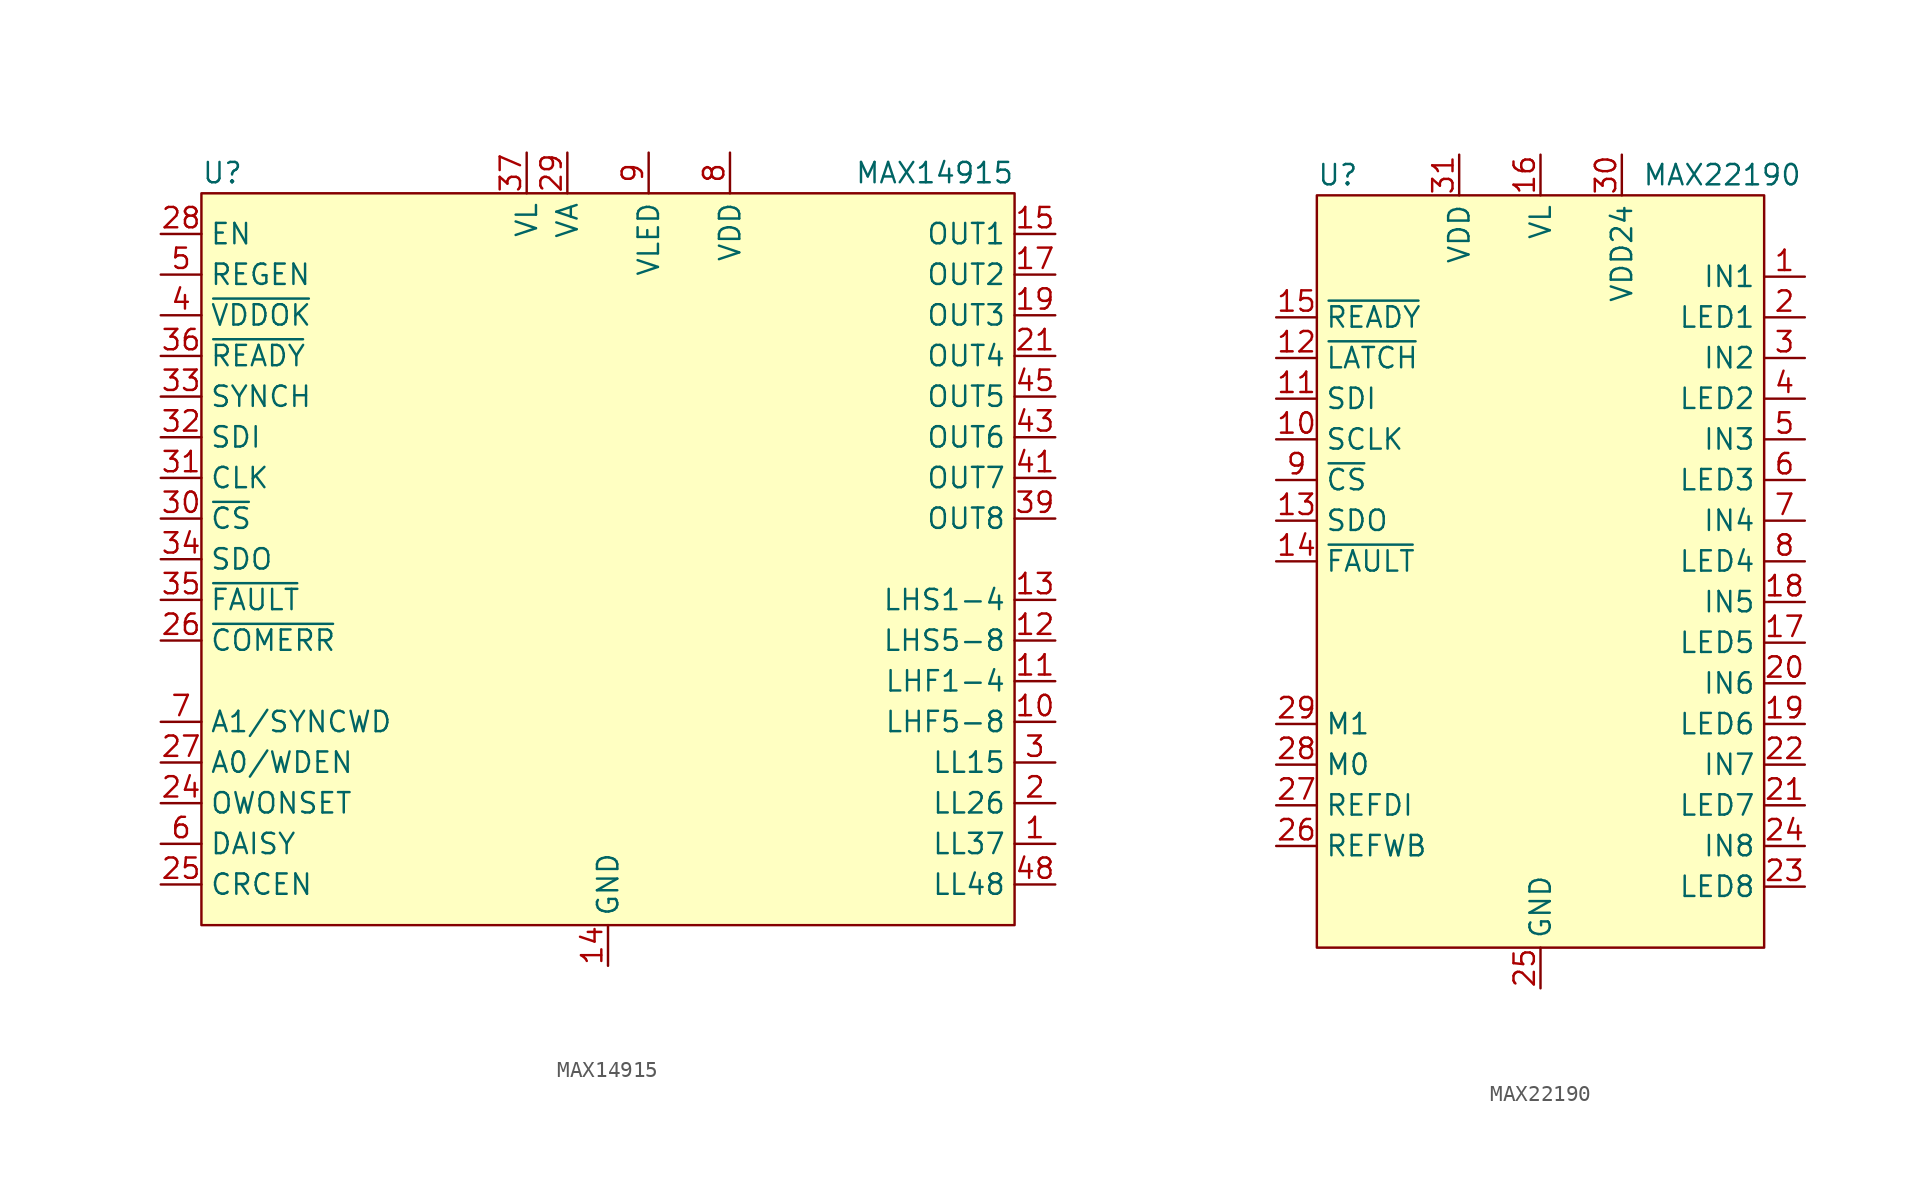
<source format=kicad_sym>
(kicad_symbol_lib
  (version 20211014)
  (generator kicad_symbol_editor)
  (symbol "MAX14915"
    (property "Reference" "U"
      (at -25.4 24.13 0)
      (effects (font (size 1.27 1.27)) (justify left)))
    (property "Value" "MAX14915"
      (at 25.4 24.13 0)
      (effects (font (size 1.27 1.27)) (justify right)))
    (symbol "MAX14915_0_1"
      (rectangle (start -25.4 22.86) (end 25.4 -22.86) (stroke (width 0) (type default) (color 0 0 0 0)) (fill (type background))))
    (symbol "MAX14915_1_1"
      (pin open_collector line (at 27.94 -17.78 180) (length 2.54) (name "LL37" (effects (font (size 1.27 1.27)))) (number "1" (effects (font (size 1.27 1.27)))))
      (pin open_collector line (at 27.94 -10.16 180) (length 2.54) (name "LHF5-8" (effects (font (size 1.27 1.27)))) (number "10" (effects (font (size 1.27 1.27)))))
      (pin open_collector line (at 27.94 -7.62 180) (length 2.54) (name "LHF1-4" (effects (font (size 1.27 1.27)))) (number "11" (effects (font (size 1.27 1.27)))))
      (pin open_collector line (at 27.94 -5.08 180) (length 2.54) (name "LHS5-8" (effects (font (size 1.27 1.27)))) (number "12" (effects (font (size 1.27 1.27)))))
      (pin open_collector line (at 27.94 -2.54 180) (length 2.54) (name "LHS1-4" (effects (font (size 1.27 1.27)))) (number "13" (effects (font (size 1.27 1.27)))))
      (pin power_in line (at 0 -25.4 90) (length 2.54) (name "GND" (effects (font (size 1.27 1.27)))) (number "14" (effects (font (size 1.27 1.27)))))
      (pin open_emitter line (at 27.94 20.32 180) (length 2.54) (name "OUT1" (effects (font (size 1.27 1.27)))) (number "15" (effects (font (size 1.27 1.27)))))
      (pin open_emitter line (at 27.94 20.32 180) (length 2.54) hide (name "OUT1" (effects (font (size 1.27 1.27)))) (number "16" (effects (font (size 1.27 1.27)))))
      (pin open_emitter line (at 27.94 17.78 180) (length 2.54) (name "OUT2" (effects (font (size 1.27 1.27)))) (number "17" (effects (font (size 1.27 1.27)))))
      (pin open_emitter line (at 27.94 17.78 180) (length 2.54) hide (name "OUT2" (effects (font (size 1.27 1.27)))) (number "18" (effects (font (size 1.27 1.27)))))
      (pin open_emitter line (at 27.94 15.24 180) (length 2.54) (name "OUT3" (effects (font (size 1.27 1.27)))) (number "19" (effects (font (size 1.27 1.27)))))
      (pin open_collector line (at 27.94 -15.24 180) (length 2.54) (name "LL26" (effects (font (size 1.27 1.27)))) (number "2" (effects (font (size 1.27 1.27)))))
      (pin open_emitter line (at 27.94 15.24 180) (length 2.54) hide (name "OUT3" (effects (font (size 1.27 1.27)))) (number "20" (effects (font (size 1.27 1.27)))))
      (pin open_emitter line (at 27.94 12.7 180) (length 2.54) (name "OUT4" (effects (font (size 1.27 1.27)))) (number "21" (effects (font (size 1.27 1.27)))))
      (pin open_emitter line (at 27.94 12.7 180) (length 2.54) hide (name "OUT4" (effects (font (size 1.27 1.27)))) (number "22" (effects (font (size 1.27 1.27)))))
      (pin passive line (at 0 -25.4 90) (length 2.54) hide (name "GND" (effects (font (size 1.27 1.27)))) (number "23" (effects (font (size 1.27 1.27)))))
      (pin input line (at -27.94 -15.24 0) (length 2.54) (name "OWONSET" (effects (font (size 1.27 1.27)))) (number "24" (effects (font (size 1.27 1.27)))))
      (pin input line (at -27.94 -20.32 0) (length 2.54) (name "CRCEN" (effects (font (size 1.27 1.27)))) (number "25" (effects (font (size 1.27 1.27)))))
      (pin open_collector line (at -27.94 -5.08 0) (length 2.54) (name "~{COMERR}" (effects (font (size 1.27 1.27)))) (number "26" (effects (font (size 1.27 1.27)))))
      (pin input line (at -27.94 -12.7 0) (length 2.54) (name "A0/WDEN" (effects (font (size 1.27 1.27)))) (number "27" (effects (font (size 1.27 1.27)))))
      (pin input line (at -27.94 20.32 0) (length 2.54) (name "EN" (effects (font (size 1.27 1.27)))) (number "28" (effects (font (size 1.27 1.27)))))
      (pin power_in line (at -2.54 25.4 270) (length 2.54) (name "VA" (effects (font (size 1.27 1.27)))) (number "29" (effects (font (size 1.27 1.27)))))
      (pin open_collector line (at 27.94 -12.7 180) (length 2.54) (name "LL15" (effects (font (size 1.27 1.27)))) (number "3" (effects (font (size 1.27 1.27)))))
      (pin input line (at -27.94 2.54 0) (length 2.54) (name "~{CS}" (effects (font (size 1.27 1.27)))) (number "30" (effects (font (size 1.27 1.27)))))
      (pin input line (at -27.94 5.08 0) (length 2.54) (name "CLK" (effects (font (size 1.27 1.27)))) (number "31" (effects (font (size 1.27 1.27)))))
      (pin input line (at -27.94 7.62 0) (length 2.54) (name "SDI" (effects (font (size 1.27 1.27)))) (number "32" (effects (font (size 1.27 1.27)))))
      (pin input line (at -27.94 10.16 0) (length 2.54) (name "SYNCH" (effects (font (size 1.27 1.27)))) (number "33" (effects (font (size 1.27 1.27)))))
      (pin tri_state line (at -27.94 0 0) (length 2.54) (name "SDO" (effects (font (size 1.27 1.27)))) (number "34" (effects (font (size 1.27 1.27)))))
      (pin open_collector line (at -27.94 -2.54 0) (length 2.54) (name "~{FAULT}" (effects (font (size 1.27 1.27)))) (number "35" (effects (font (size 1.27 1.27)))))
      (pin open_collector line (at -27.94 12.7 0) (length 2.54) (name "~{READY}" (effects (font (size 1.27 1.27)))) (number "36" (effects (font (size 1.27 1.27)))))
      (pin power_in line (at -5.08 25.4 270) (length 2.54) (name "VL" (effects (font (size 1.27 1.27)))) (number "37" (effects (font (size 1.27 1.27)))))
      (pin passive line (at 0 -25.4 90) (length 2.54) hide (name "GND" (effects (font (size 1.27 1.27)))) (number "38" (effects (font (size 1.27 1.27)))))
      (pin open_emitter line (at 27.94 2.54 180) (length 2.54) (name "OUT8" (effects (font (size 1.27 1.27)))) (number "39" (effects (font (size 1.27 1.27)))))
      (pin open_collector line (at -27.94 15.24 0) (length 2.54) (name "~{VDDOK}" (effects (font (size 1.27 1.27)))) (number "4" (effects (font (size 1.27 1.27)))))
      (pin open_emitter line (at 27.94 2.54 180) (length 2.54) hide (name "OUT8" (effects (font (size 1.27 1.27)))) (number "40" (effects (font (size 1.27 1.27)))))
      (pin open_emitter line (at 27.94 5.08 180) (length 2.54) (name "OUT7" (effects (font (size 1.27 1.27)))) (number "41" (effects (font (size 1.27 1.27)))))
      (pin open_emitter line (at 27.94 5.08 180) (length 2.54) hide (name "OUT7" (effects (font (size 1.27 1.27)))) (number "42" (effects (font (size 1.27 1.27)))))
      (pin open_emitter line (at 27.94 7.62 180) (length 2.54) (name "OUT6" (effects (font (size 1.27 1.27)))) (number "43" (effects (font (size 1.27 1.27)))))
      (pin open_emitter line (at 27.94 7.62 180) (length 2.54) hide (name "OUT6" (effects (font (size 1.27 1.27)))) (number "44" (effects (font (size 1.27 1.27)))))
      (pin open_emitter line (at 27.94 10.16 180) (length 2.54) (name "OUT5" (effects (font (size 1.27 1.27)))) (number "45" (effects (font (size 1.27 1.27)))))
      (pin open_emitter line (at 27.94 10.16 180) (length 2.54) hide (name "OUT5" (effects (font (size 1.27 1.27)))) (number "46" (effects (font (size 1.27 1.27)))))
      (pin passive line (at 0 -25.4 90) (length 2.54) hide (name "GND" (effects (font (size 1.27 1.27)))) (number "47" (effects (font (size 1.27 1.27)))))
      (pin open_collector line (at 27.94 -20.32 180) (length 2.54) (name "LL48" (effects (font (size 1.27 1.27)))) (number "48" (effects (font (size 1.27 1.27)))))
      (pin passive line (at 7.62 25.4 270) (length 2.54) hide (name "VDD" (effects (font (size 1.27 1.27)))) (number "49" (effects (font (size 1.27 1.27)))))
      (pin power_in line (at -27.94 17.78 0) (length 2.54) (name "REGEN" (effects (font (size 1.27 1.27)))) (number "5" (effects (font (size 1.27 1.27)))))
      (pin input line (at -27.94 -17.78 0) (length 2.54) (name "DAISY" (effects (font (size 1.27 1.27)))) (number "6" (effects (font (size 1.27 1.27)))))
      (pin input line (at -27.94 -10.16 0) (length 2.54) (name "A1/SYNCWD" (effects (font (size 1.27 1.27)))) (number "7" (effects (font (size 1.27 1.27)))))
      (pin power_in line (at 7.62 25.4 270) (length 2.54) (name "VDD" (effects (font (size 1.27 1.27)))) (number "8" (effects (font (size 1.27 1.27)))))
      (pin power_in line (at 2.54 25.4 270) (length 2.54) (name "VLED" (effects (font (size 1.27 1.27)))) (number "9" (effects (font (size 1.27 1.27)))))))
  (symbol "MAX22190"
    (property "Reference" "U"
      (at -13.97 21.59 0)
      (effects (font (size 1.27 1.27)) (justify left)))
    (property "Value" "MAX22190"
      (at 6.35 21.59 0)
      (effects (font (size 1.27 1.27)) (justify left)))
    (symbol "MAX22190_0_0"
      (pin input line (at 16.51 15.24 180) (length 2.54) (name "IN1" (effects (font (size 1.27 1.27)))) (number "1" (effects (font (size 1.27 1.27)))))
      (pin input line (at -16.51 5.08 0) (length 2.54) (name "SCLK" (effects (font (size 1.27 1.27)))) (number "10" (effects (font (size 1.27 1.27)))))
      (pin input line (at -16.51 7.62 0) (length 2.54) (name "SDI" (effects (font (size 1.27 1.27)))) (number "11" (effects (font (size 1.27 1.27)))))
      (pin input line (at -16.51 10.16 0) (length 2.54) (name "~{LATCH}" (effects (font (size 1.27 1.27)))) (number "12" (effects (font (size 1.27 1.27)))))
      (pin tri_state line (at -16.51 0 0) (length 2.54) (name "SDO" (effects (font (size 1.27 1.27)))) (number "13" (effects (font (size 1.27 1.27)))))
      (pin open_collector line (at -16.51 -2.54 0) (length 2.54) (name "~{FAULT}" (effects (font (size 1.27 1.27)))) (number "14" (effects (font (size 1.27 1.27)))))
      (pin open_collector line (at -16.51 12.7 0) (length 2.54) (name "~{READY}" (effects (font (size 1.27 1.27)))) (number "15" (effects (font (size 1.27 1.27)))))
      (pin power_in line (at 0 22.86 270) (length 2.54) (name "VL" (effects (font (size 1.27 1.27)))) (number "16" (effects (font (size 1.27 1.27)))))
      (pin output line (at 16.51 -7.62 180) (length 2.54) (name "LED5" (effects (font (size 1.27 1.27)))) (number "17" (effects (font (size 1.27 1.27)))))
      (pin input line (at 16.51 -5.08 180) (length 2.54) (name "IN5" (effects (font (size 1.27 1.27)))) (number "18" (effects (font (size 1.27 1.27)))))
      (pin output line (at 16.51 -12.7 180) (length 2.54) (name "LED6" (effects (font (size 1.27 1.27)))) (number "19" (effects (font (size 1.27 1.27)))))
      (pin output line (at 16.51 12.7 180) (length 2.54) (name "LED1" (effects (font (size 1.27 1.27)))) (number "2" (effects (font (size 1.27 1.27)))))
      (pin input line (at 16.51 -10.16 180) (length 2.54) (name "IN6" (effects (font (size 1.27 1.27)))) (number "20" (effects (font (size 1.27 1.27)))))
      (pin output line (at 16.51 -17.78 180) (length 2.54) (name "LED7" (effects (font (size 1.27 1.27)))) (number "21" (effects (font (size 1.27 1.27)))))
      (pin input line (at 16.51 -15.24 180) (length 2.54) (name "IN7" (effects (font (size 1.27 1.27)))) (number "22" (effects (font (size 1.27 1.27)))))
      (pin output line (at 16.51 -22.86 180) (length 2.54) (name "LED8" (effects (font (size 1.27 1.27)))) (number "23" (effects (font (size 1.27 1.27)))))
      (pin input line (at 16.51 -20.32 180) (length 2.54) (name "IN8" (effects (font (size 1.27 1.27)))) (number "24" (effects (font (size 1.27 1.27)))))
      (pin power_in line (at 0 -29.21 90) (length 2.54) (name "GND" (effects (font (size 1.27 1.27)))) (number "25" (effects (font (size 1.27 1.27)))))
      (pin passive line (at -16.51 -20.32 0) (length 2.54) (name "REFWB" (effects (font (size 1.27 1.27)))) (number "26" (effects (font (size 1.27 1.27)))))
      (pin passive line (at -16.51 -17.78 0) (length 2.54) (name "REFDI" (effects (font (size 1.27 1.27)))) (number "27" (effects (font (size 1.27 1.27)))))
      (pin input line (at -16.51 -15.24 0) (length 2.54) (name "M0" (effects (font (size 1.27 1.27)))) (number "28" (effects (font (size 1.27 1.27)))))
      (pin input line (at -16.51 -12.7 0) (length 2.54) (name "M1" (effects (font (size 1.27 1.27)))) (number "29" (effects (font (size 1.27 1.27)))))
      (pin input line (at 16.51 10.16 180) (length 2.54) (name "IN2" (effects (font (size 1.27 1.27)))) (number "3" (effects (font (size 1.27 1.27)))))
      (pin power_in line (at 5.08 22.86 270) (length 2.54) (name "VDD24" (effects (font (size 1.27 1.27)))) (number "30" (effects (font (size 1.27 1.27)))))
      (pin power_out line (at -5.08 22.86 270) (length 2.54) (name "VDD" (effects (font (size 1.27 1.27)))) (number "31" (effects (font (size 1.27 1.27)))))
      (pin passive line (at 0 -29.21 90) (length 2.54) hide (name "GND" (effects (font (size 1.27 1.27)))) (number "32" (effects (font (size 1.27 1.27)))))
      (pin output line (at 16.51 7.62 180) (length 2.54) (name "LED2" (effects (font (size 1.27 1.27)))) (number "4" (effects (font (size 1.27 1.27)))))
      (pin input line (at 16.51 5.08 180) (length 2.54) (name "IN3" (effects (font (size 1.27 1.27)))) (number "5" (effects (font (size 1.27 1.27)))))
      (pin output line (at 16.51 2.54 180) (length 2.54) (name "LED3" (effects (font (size 1.27 1.27)))) (number "6" (effects (font (size 1.27 1.27)))))
      (pin input line (at 16.51 0 180) (length 2.54) (name "IN4" (effects (font (size 1.27 1.27)))) (number "7" (effects (font (size 1.27 1.27)))))
      (pin output line (at 16.51 -2.54 180) (length 2.54) (name "LED4" (effects (font (size 1.27 1.27)))) (number "8" (effects (font (size 1.27 1.27)))))
      (pin input line (at -16.51 2.54 0) (length 2.54) (name "~{CS}" (effects (font (size 1.27 1.27)))) (number "9" (effects (font (size 1.27 1.27))))))
    (symbol "MAX22190_0_1"
      (rectangle (start -13.97 -26.67) (end 13.97 20.32) (stroke (width 0) (type default) (color 0 0 0 0)) (fill (type background))))
    (symbol "MAX22190_1_1"
      (pin passive line (at 0 -29.21 90) (length 2.54) hide (name "GND" (effects (font (size 1.27 1.27)))) (number "33" (effects (font (size 1.27 1.27))))))))
</source>
